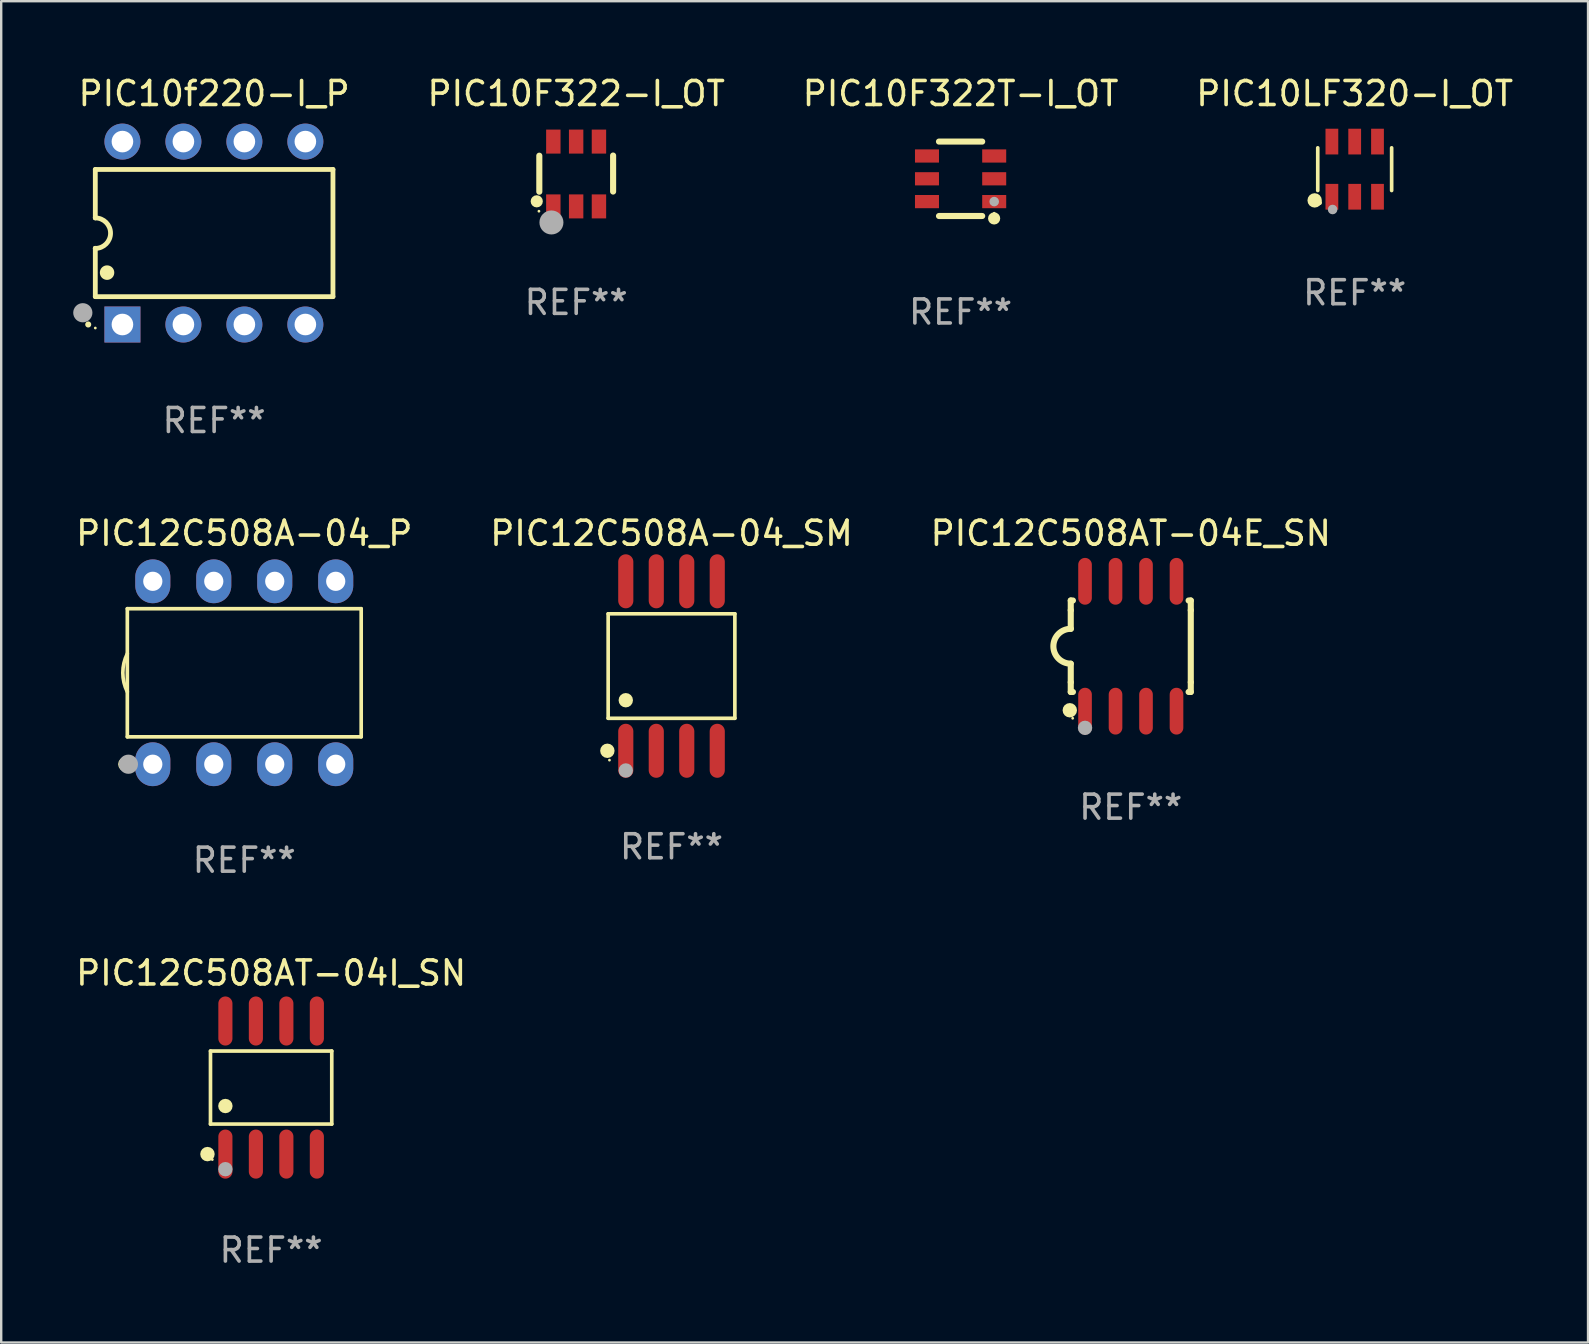
<source format=kicad_pcb>
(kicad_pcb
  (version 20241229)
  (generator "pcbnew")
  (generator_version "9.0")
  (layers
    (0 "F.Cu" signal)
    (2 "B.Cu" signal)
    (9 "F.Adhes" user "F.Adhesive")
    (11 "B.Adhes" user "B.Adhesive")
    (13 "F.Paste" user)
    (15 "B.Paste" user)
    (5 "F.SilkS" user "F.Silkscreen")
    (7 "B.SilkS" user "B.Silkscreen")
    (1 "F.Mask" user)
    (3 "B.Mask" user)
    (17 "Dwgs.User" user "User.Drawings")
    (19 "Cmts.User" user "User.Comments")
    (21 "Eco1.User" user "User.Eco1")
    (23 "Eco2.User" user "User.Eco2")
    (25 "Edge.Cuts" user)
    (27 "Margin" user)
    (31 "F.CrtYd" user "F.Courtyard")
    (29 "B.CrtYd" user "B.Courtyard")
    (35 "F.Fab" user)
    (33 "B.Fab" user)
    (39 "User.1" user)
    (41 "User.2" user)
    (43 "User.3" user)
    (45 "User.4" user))
  (footprint "PIC10F322-I_OT"
    (layer "F.Cu")
    (at 20.953 4.198)
    (property "Reference" "PIC10F322-I_OT" (at 0 -3.35 0) (layer "F.SilkS") (effects (font (size 1 1) (thickness 0.15))))
    (attr through_hole)
    (fp_line (start -1.537 -0.762) (end -1.537 0.738) (stroke (width 0.254) (type solid)) (layer "F.SilkS"))
    (fp_line (start 1.537 0.731) (end 1.537 -0.769) (stroke (width 0.254) (type solid)) (layer "F.SilkS"))
    (fp_circle (center -1.644 1.138) (end -1.517 1.138) (stroke (width 0.254) (type solid)) (fill no) (layer "F.SilkS"))
    (fp_circle (center -1.553 1.55) (end -1.523 1.55) (stroke (width 0.06) (type solid)) (fill no) (layer "F.SilkS"))
    (fp_circle (center -1.032 2.019) (end -0.782 2.019) (stroke (width 0.5) (type solid)) (fill no) (layer "F.Fab"))
    (fp_text user "REF**" (at 0 5.35 0) (layer "F.Fab") (effects (font (size 1 1) (thickness 0.15))))
    (pad "1" smd rect (at -0.953 1.35) (size 0.6 1) (layers "F.Cu" "F.Mask" "F.Paste"))
    (pad "2" smd rect (at -0.003 1.35) (size 0.6 1) (layers "F.Cu" "F.Mask" "F.Paste"))
    (pad "3" smd rect (at 0.947 1.35) (size 0.6 1) (layers "F.Cu" "F.Mask" "F.Paste"))
    (pad "4" smd rect (at 0.947 -1.35) (size 0.6 1) (layers "F.Cu" "F.Mask" "F.Paste"))
    (pad "5" smd rect (at -0.003 -1.35) (size 0.6 1) (layers "F.Cu" "F.Mask" "F.Paste"))
    (pad "6" smd rect (at -0.953 -1.35) (size 0.6 1) (layers "F.Cu" "F.Mask" "F.Paste")))
  (footprint "PIC10LF320-I_OT"
    (layer "F.Cu")
    (at 53.382 3.997)
    (property "Reference" "PIC10LF320-I_OT" (at 0 -3.149 0) (layer "F.SilkS") (effects (font (size 1 1) (thickness 0.15))))
    (attr through_hole)
    (fp_line (start -1.539 0.889) (end -1.539 -0.889) (stroke (width 0.152) (type solid)) (layer "F.SilkS"))
    (fp_line (start 1.539 0.889) (end 1.539 -0.889) (stroke (width 0.152) (type solid)) (layer "F.SilkS"))
    (fp_circle (center -1.668 1.301) (end -1.518 1.301) (stroke (width 0.3) (type solid)) (fill no) (layer "F.SilkS"))
    (fp_circle (center -1.463 1.4) (end -1.413 1.4) (stroke (width 0.1) (type solid)) (fill no) (layer "F.SilkS"))
    (fp_circle (center -0.92 1.68) (end -0.82 1.68) (stroke (width 0.2) (type solid)) (fill no) (layer "F.Fab"))
    (fp_text user "REF**" (at 0 5.149 0) (layer "F.Fab") (effects (font (size 1 1) (thickness 0.15))))
    (pad "1" smd rect (at -0.95 1.149) (size 0.532 1.072) (layers "F.Cu" "F.Mask" "F.Paste"))
    (pad "2" smd rect (at 0 1.149) (size 0.532 1.072) (layers "F.Cu" "F.Mask" "F.Paste"))
    (pad "3" smd rect (at 0.95 1.149) (size 0.532 1.072) (layers "F.Cu" "F.Mask" "F.Paste"))
    (pad "4" smd rect (at 0.95 -1.149) (size 0.532 1.072) (layers "F.Cu" "F.Mask" "F.Paste"))
    (pad "5" smd rect (at 0 -1.149) (size 0.532 1.072) (layers "F.Cu" "F.Mask" "F.Paste"))
    (pad "6" smd rect (at -0.95 -1.149) (size 0.532 1.072) (layers "F.Cu" "F.Mask" "F.Paste")))
  (footprint "PIC12C508A-04_P"
    (layer "F.Cu")
    (at 7.125 24.975)
    (property "Reference" "PIC12C508A-04_P" (at 0 -5.81 0) (layer "F.SilkS") (effects (font (size 1 1) (thickness 0.15))))
    (attr through_hole)
    (fp_line (start -4.871 -2.669) (end 4.871 -2.669) (stroke (width 0.152) (type solid)) (layer "F.SilkS"))
    (fp_line (start -4.871 2.669) (end -4.871 -2.669) (stroke (width 0.152) (type solid)) (layer "F.SilkS"))
    (fp_line (start 4.871 -2.669) (end 4.871 2.669) (stroke (width 0.152) (type solid)) (layer "F.SilkS"))
    (fp_line (start 4.871 2.669) (end -4.871 2.669) (stroke (width 0.152) (type solid)) (layer "F.SilkS"))
    (fp_arc (start -4.871222 0.793751) (mid -5.058601 0) (end -4.871222 -0.793752) (stroke (width 0.1524) (type solid)) (layer "F.SilkS"))
    (fp_circle (center -4.953 3.81) (end -4.803 3.81) (stroke (width 0.3) (type solid)) (fill no) (layer "F.SilkS"))
    (fp_circle (center -4.795 3.935) (end -4.765 3.935) (stroke (width 0.06) (type solid)) (fill no) (layer "F.SilkS"))
    (fp_circle (center -4.826 3.81) (end -4.626 3.81) (stroke (width 0.4) (type solid)) (fill no) (layer "F.Fab"))
    (fp_text user "REF**" (at 0 7.81 0) (layer "F.Fab") (effects (font (size 1 1) (thickness 0.15))))
    (pad "1" thru_hole oval (at -3.81 3.81) (size 1.46 1.825) (drill 0.8) (layers "*.Cu" "*.Mask"))
    (pad "2" thru_hole oval (at -1.27 3.81) (size 1.46 1.825) (drill 0.8) (layers "*.Cu" "*.Mask"))
    (pad "3" thru_hole oval (at 1.27 3.81) (size 1.46 1.825) (drill 0.8) (layers "*.Cu" "*.Mask"))
    (pad "4" thru_hole oval (at 3.81 3.81) (size 1.46 1.825) (drill 0.8) (layers "*.Cu" "*.Mask"))
    (pad "5" thru_hole oval (at 3.81 -3.81) (size 1.46 1.825) (drill 0.8) (layers "*.Cu" "*.Mask"))
    (pad "6" thru_hole oval (at 1.27 -3.81) (size 1.46 1.825) (drill 0.8) (layers "*.Cu" "*.Mask"))
    (pad "7" thru_hole oval (at -1.27 -3.81) (size 1.46 1.825) (drill 0.8) (layers "*.Cu" "*.Mask"))
    (pad "8" thru_hole oval (at -3.81 -3.81) (size 1.46 1.825) (drill 0.8) (layers "*.Cu" "*.Mask")))
  (footprint "PIC12C508AT-04E_SN"
    (layer "F.Cu")
    (at 44.054 23.87)
    (property "Reference" "PIC12C508AT-04E_SN" (at 0 -4.705 0) (layer "F.SilkS") (effects (font (size 1 1) (thickness 0.15))))
    (attr through_hole)
    (fp_line (start -2.5 -1.905) (end -2.409 -1.905) (stroke (width 0.254) (type solid)) (layer "F.SilkS"))
    (fp_line (start -2.5 -1.5) (end -2.5 -1.905) (stroke (width 0.254) (type solid)) (layer "F.SilkS"))
    (fp_line (start -2.5 -1.5) (end -2.5 -0.726) (stroke (width 0.254) (type solid)) (layer "F.SilkS"))
    (fp_line (start -2.5 1.5) (end -2.5 0.727) (stroke (width 0.254) (type solid)) (layer "F.SilkS"))
    (fp_line (start -2.5 1.5) (end -2.5 1.905) (stroke (width 0.254) (type solid)) (layer "F.SilkS"))
    (fp_line (start -2.5 1.905) (end -2.409 1.905) (stroke (width 0.254) (type solid)) (layer "F.SilkS"))
    (fp_line (start 2.5 -1.905) (end 2.409 -1.905) (stroke (width 0.254) (type solid)) (layer "F.SilkS"))
    (fp_line (start 2.5 -1.5) (end 2.5 -1.905) (stroke (width 0.254) (type solid)) (layer "F.SilkS"))
    (fp_line (start 2.5 -1.5) (end 2.5 1.5) (stroke (width 0.254) (type solid)) (layer "F.SilkS"))
    (fp_line (start 2.5 1.5) (end 2.5 1.905) (stroke (width 0.254) (type solid)) (layer "F.SilkS"))
    (fp_line (start 2.5 1.905) (end 2.409 1.905) (stroke (width 0.254) (type solid)) (layer "F.SilkS"))
    (fp_arc (start -2.5 0.726568) (mid -3.220316 -0.0023) (end -2.495097 -0.726289) (stroke (width 0.254001) (type solid)) (layer "F.SilkS"))
    (fp_circle (center -2.54 2.667) (end -2.39 2.667) (stroke (width 0.3) (type solid)) (fill no) (layer "F.SilkS"))
    (fp_circle (center -2.42 3) (end -2.39 3) (stroke (width 0.06) (type solid)) (fill no) (layer "F.SilkS"))
    (fp_circle (center -1.905 3.4) (end -1.755 3.4) (stroke (width 0.3) (type solid)) (fill no) (layer "F.Fab"))
    (fp_text user "REF**" (at 0 6.705 0) (layer "F.Fab") (effects (font (size 1 1) (thickness 0.15))))
    (pad "1" smd oval (at -1.905 2.705) (size 0.568 1.95) (layers "F.Cu" "F.Mask" "F.Paste"))
    (pad "2" smd oval (at -0.635 2.705) (size 0.568 1.95) (layers "F.Cu" "F.Mask" "F.Paste"))
    (pad "3" smd oval (at 0.635 2.705) (size 0.568 1.95) (layers "F.Cu" "F.Mask" "F.Paste"))
    (pad "4" smd oval (at 1.905 2.705) (size 0.568 1.95) (layers "F.Cu" "F.Mask" "F.Paste"))
    (pad "5" smd oval (at 1.905 -2.705) (size 0.568 1.95) (layers "F.Cu" "F.Mask" "F.Paste"))
    (pad "6" smd oval (at 0.635 -2.705) (size 0.568 1.95) (layers "F.Cu" "F.Mask" "F.Paste"))
    (pad "7" smd oval (at -0.635 -2.705) (size 0.568 1.95) (layers "F.Cu" "F.Mask" "F.Paste"))
    (pad "8" smd oval (at -1.905 -2.705) (size 0.568 1.95) (layers "F.Cu" "F.Mask" "F.Paste")))
  (footprint "PIC12C508AT-04I_SN"
    (layer "F.Cu")
    (at 8.244 42.254)
    (property "Reference" "PIC12C508AT-04I_SN" (at 0 -4.772 0) (layer "F.SilkS") (effects (font (size 1 1) (thickness 0.15))))
    (attr through_hole)
    (fp_line (start -2.526 -1.521) (end 2.526 -1.521) (stroke (width 0.152) (type solid)) (layer "F.SilkS"))
    (fp_line (start -2.526 1.521) (end -2.526 -1.521) (stroke (width 0.152) (type solid)) (layer "F.SilkS"))
    (fp_line (start 2.526 -1.521) (end 2.526 1.521) (stroke (width 0.152) (type solid)) (layer "F.SilkS"))
    (fp_line (start 2.526 1.521) (end -2.526 1.521) (stroke (width 0.152) (type solid)) (layer "F.SilkS"))
    (fp_circle (center -2.652 2.772) (end -2.501 2.772) (stroke (width 0.3) (type solid)) (fill no) (layer "F.SilkS"))
    (fp_circle (center -2.45 3) (end -2.42 3) (stroke (width 0.06) (type solid)) (fill no) (layer "F.SilkS"))
    (fp_circle (center -1.905 0.769) (end -1.755 0.769) (stroke (width 0.3) (type solid)) (fill no) (layer "F.SilkS"))
    (fp_circle (center -1.905 3.4) (end -1.755 3.4) (stroke (width 0.3) (type solid)) (fill no) (layer "F.Fab"))
    (fp_text user "REF**" (at 0 6.772 0) (layer "F.Fab") (effects (font (size 1 1) (thickness 0.15))))
    (pad "1" smd oval (at -1.905 2.772) (size 0.588 2.045) (layers "F.Cu" "F.Mask" "F.Paste"))
    (pad "2" smd oval (at -0.635 2.772) (size 0.588 2.045) (layers "F.Cu" "F.Mask" "F.Paste"))
    (pad "3" smd oval (at 0.635 2.772) (size 0.588 2.045) (layers "F.Cu" "F.Mask" "F.Paste"))
    (pad "4" smd oval (at 1.905 2.772) (size 0.588 2.045) (layers "F.Cu" "F.Mask" "F.Paste"))
    (pad "5" smd oval (at 1.905 -2.772) (size 0.588 2.045) (layers "F.Cu" "F.Mask" "F.Paste"))
    (pad "6" smd oval (at 0.635 -2.772) (size 0.588 2.045) (layers "F.Cu" "F.Mask" "F.Paste"))
    (pad "7" smd oval (at -0.635 -2.772) (size 0.588 2.045) (layers "F.Cu" "F.Mask" "F.Paste"))
    (pad "8" smd oval (at -1.905 -2.772) (size 0.588 2.045) (layers "F.Cu" "F.Mask" "F.Paste")))
  (footprint "PIC10F322T-I_OT"
    (layer "F.Cu")
    (at 36.965 4.398)
    (property "Reference" "PIC10F322T-I_OT" (at 0 -3.55 0) (layer "F.SilkS") (effects (font (size 1 1) (thickness 0.15))))
    (attr through_hole)
    (fp_line (start -0.9 -1.55) (end 0.9 -1.55) (stroke (width 0.254) (type solid)) (layer "F.SilkS"))
    (fp_line (start -0.9 1.55) (end 0.9 1.55) (stroke (width 0.254) (type solid)) (layer "F.SilkS"))
    (fp_circle (center 1.397 1.651) (end 1.524 1.651) (stroke (width 0.254) (type solid)) (fill no) (layer "F.SilkS"))
    (fp_circle (center 1.4 1.435) (end 1.43 1.435) (stroke (width 0.06) (type solid)) (fill no) (layer "F.SilkS"))
    (fp_circle (center 1.4 0.95) (end 1.5 0.95) (stroke (width 0.2) (type solid)) (fill no) (layer "F.Fab"))
    (fp_text user "REF**" (at 0 5.55 0) (layer "F.Fab") (effects (font (size 1 1) (thickness 0.15))))
    (pad "1" smd rect (at 1.4 0.95) (size 1 0.55) (layers "F.Cu" "F.Mask" "F.Paste"))
    (pad "2" smd rect (at 1.4 -0.000102) (size 1 0.55) (layers "F.Cu" "F.Mask" "F.Paste"))
    (pad "3" smd rect (at 1.4 -0.95) (size 1 0.55) (layers "F.Cu" "F.Mask" "F.Paste"))
    (pad "4" smd rect (at -1.4 -0.95) (size 1 0.55) (layers "F.Cu" "F.Mask" "F.Paste"))
    (pad "5" smd rect (at -1.4 -0.000102) (size 1 0.55) (layers "F.Cu" "F.Mask" "F.Paste"))
    (pad "6" smd rect (at -1.4 0.95) (size 1 0.55) (layers "F.Cu" "F.Mask" "F.Paste")))
  (footprint "PIC12C508A-04_SM"
    (layer "F.Cu")
    (at 24.923 24.695)
    (property "Reference" "PIC12C508A-04_SM" (at 0 -5.53 0) (layer "F.SilkS") (effects (font (size 1 1) (thickness 0.15))))
    (attr through_hole)
    (fp_line (start -2.639 -2.176) (end 2.639 -2.176) (stroke (width 0.152) (type solid)) (layer "F.SilkS"))
    (fp_line (start -2.639 2.176) (end -2.639 -2.176) (stroke (width 0.152) (type solid)) (layer "F.SilkS"))
    (fp_line (start 2.639 -2.176) (end 2.639 2.176) (stroke (width 0.152) (type solid)) (layer "F.SilkS"))
    (fp_line (start 2.639 2.176) (end -2.639 2.176) (stroke (width 0.152) (type solid)) (layer "F.SilkS"))
    (fp_circle (center -2.672 3.53) (end -2.522 3.53) (stroke (width 0.3) (type solid)) (fill no) (layer "F.SilkS"))
    (fp_circle (center -2.585 3.92) (end -2.555 3.92) (stroke (width 0.06) (type solid)) (fill no) (layer "F.SilkS"))
    (fp_circle (center -1.905 1.424) (end -1.755 1.424) (stroke (width 0.3) (type solid)) (fill no) (layer "F.SilkS"))
    (fp_circle (center -1.905 4.35) (end -1.755 4.35) (stroke (width 0.3) (type solid)) (fill no) (layer "F.Fab"))
    (fp_text user "REF**" (at 0 7.53 0) (layer "F.Fab") (effects (font (size 1 1) (thickness 0.15))))
    (pad "1" smd oval (at -1.905 3.53) (size 0.63 2.25) (layers "F.Cu" "F.Mask" "F.Paste"))
    (pad "2" smd oval (at -0.635 3.53) (size 0.63 2.25) (layers "F.Cu" "F.Mask" "F.Paste"))
    (pad "3" smd oval (at 0.635 3.53) (size 0.63 2.25) (layers "F.Cu" "F.Mask" "F.Paste"))
    (pad "4" smd oval (at 1.905 3.53) (size 0.63 2.25) (layers "F.Cu" "F.Mask" "F.Paste"))
    (pad "5" smd oval (at 1.905 -3.53) (size 0.63 2.25) (layers "F.Cu" "F.Mask" "F.Paste"))
    (pad "6" smd oval (at 0.635 -3.53) (size 0.63 2.25) (layers "F.Cu" "F.Mask" "F.Paste"))
    (pad "7" smd oval (at -0.635 -3.53) (size 0.63 2.25) (layers "F.Cu" "F.Mask" "F.Paste"))
    (pad "8" smd oval (at -1.905 -3.53) (size 0.63 2.25) (layers "F.Cu" "F.Mask" "F.Paste")))
  (footprint "PIC10f220-I_P"
    (layer "F.Cu")
    (at 5.87 6.658)
    (property "Reference" "PIC10f220-I_P" (at 0 -5.81 0) (layer "F.SilkS") (effects (font (size 1 1) (thickness 0.15))))
    (attr through_hole)
    (fp_line (start -4.95 -2.649) (end 4.95 -2.649) (stroke (width 0.2) (type solid)) (layer "F.SilkS"))
    (fp_line (start -4.95 -0.635) (end -4.95 -2.649) (stroke (width 0.2) (type solid)) (layer "F.SilkS"))
    (fp_line (start -4.95 0.635) (end -4.95 0.64) (stroke (width 0.2) (type solid)) (layer "F.SilkS"))
    (fp_line (start -4.95 2.649) (end -4.95 0.635) (stroke (width 0.2) (type solid)) (layer "F.SilkS"))
    (fp_line (start -4.95 -0.64) (end -4.95 -0.635) (stroke (width 0.2) (type solid)) (layer "F.SilkS"))
    (fp_line (start 4.95 -2.649) (end 4.95 2.649) (stroke (width 0.2) (type solid)) (layer "F.SilkS"))
    (fp_line (start 4.95 2.649) (end -4.95 2.649) (stroke (width 0.2) (type solid)) (layer "F.SilkS"))
    (fp_arc (start -5.24511 3.810008) (mid -5.245117 3.808738) (end -5.24511 3.807468) (stroke (width 0.25) (type solid)) (layer "F.SilkS"))
    (fp_arc (start -4.950165 -0.629997) (mid -4.315164 0.005004) (end -4.950165 0.640005) (stroke (width 0.2) (type solid)) (layer "F.SilkS"))
    (fp_arc (start -4.460249 1.651003) (mid -4.46026 1.648463) (end -4.460249 1.645923) (stroke (width 0.6) (type solid)) (layer "F.SilkS"))
    (fp_circle (center -4.95 3.956) (end -4.92 3.956) (stroke (width 0.06) (type solid)) (fill no) (layer "F.SilkS"))
    (fp_circle (center -5.47 3.32) (end -5.27 3.32) (stroke (width 0.4) (type solid)) (fill no) (layer "F.Fab"))
    (fp_text user "REF**" (at 0 7.81 0) (layer "F.Fab") (effects (font (size 1 1) (thickness 0.15))))
    (pad "1" thru_hole rect (at -3.82 3.81) (size 1.5 1.5) (drill 0.9) (layers "*.Cu" "*.Mask"))
    (pad "2" thru_hole circle (at -1.28 3.81) (size 1.5 1.5) (drill 0.9) (layers "*.Cu" "*.Mask"))
    (pad "3" thru_hole circle (at 1.26 3.81) (size 1.5 1.5) (drill 0.9) (layers "*.Cu" "*.Mask"))
    (pad "4" thru_hole circle (at 3.8 3.81) (size 1.5 1.5) (drill 0.9) (layers "*.Cu" "*.Mask"))
    (pad "5" thru_hole circle (at 3.8 -3.81) (size 1.5 1.5) (drill 0.9) (layers "*.Cu" "*.Mask"))
    (pad "6" thru_hole circle (at 1.26 -3.81) (size 1.5 1.5) (drill 0.9) (layers "*.Cu" "*.Mask"))
    (pad "7" thru_hole circle (at -1.28 -3.81) (size 1.5 1.5) (drill 0.9) (layers "*.Cu" "*.Mask"))
    (pad "8" thru_hole circle (at -3.82 -3.81) (size 1.5 1.5) (drill 0.9) (layers "*.Cu" "*.Mask")))
  (gr_rect
    (start -3 -3)
    (end 63.102 52.874)
    (stroke (width 0.1) (type default))
    (fill no)
    (layer "Edge.Cuts")))
</source>
